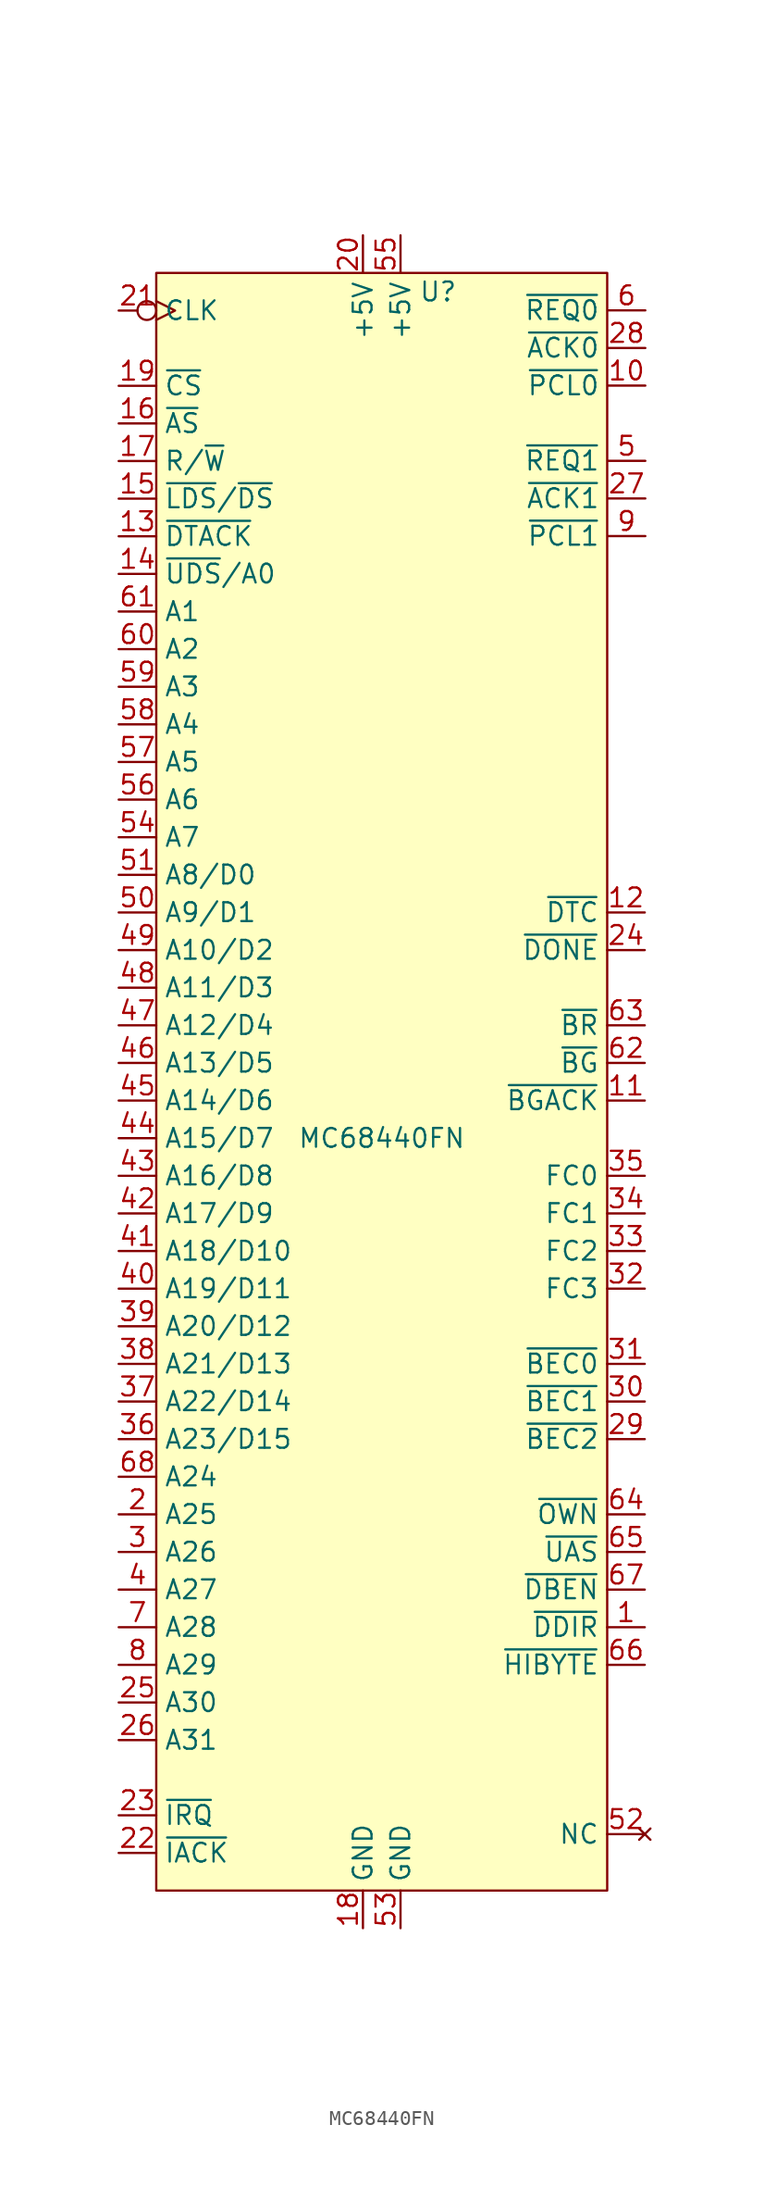
<source format=kicad_sym>
(kicad_symbol_lib
  (version 20220914)
  (generator kicad_symbol_editor)
  (symbol "MC68440FN"
    (property "Reference" "U"
      (at 3.81 57.15 0)
      (effects (font (size 1.27 1.27))))
    (property "Value" "MC68440FN"
      (at 0 0 0)
      (effects (font (size 1.27 1.27))))
    (symbol "MC68440FN_1_1"
      (rectangle (start -15.24 58.42) (end 15.24 -50.8) (stroke (width 0) (type default)) (fill (type background)))
      (pin output line (at 17.78 -33.02 180) (length 2.54) (name "~{DDIR}" (effects (font (size 1.27 1.27)))) (number "1" (effects (font (size 1.27 1.27)))))
      (pin bidirectional line (at 17.817 50.813 180) (length 2.54) (name "~{PCL0}" (effects (font (size 1.27 1.27)))) (number "10" (effects (font (size 1.27 1.27)))))
      (pin bidirectional line (at 17.78 2.54 180) (length 2.54) (name "~{BGACK}" (effects (font (size 1.27 1.27)))) (number "11" (effects (font (size 1.27 1.27)))))
      (pin output line (at 17.78 15.24 180) (length 2.54) (name "~{DTC}" (effects (font (size 1.27 1.27)))) (number "12" (effects (font (size 1.27 1.27)))))
      (pin bidirectional line (at -17.78 40.64 0) (length 2.54) (name "~{DTACK}" (effects (font (size 1.27 1.27)))) (number "13" (effects (font (size 1.27 1.27)))))
      (pin bidirectional line (at -17.78 38.1 0) (length 2.54) (name "~{UDS}/A0" (effects (font (size 1.27 1.27)))) (number "14" (effects (font (size 1.27 1.27)))))
      (pin bidirectional line (at -17.78 43.18 0) (length 2.54) (name "~{LDS}/~{DS}" (effects (font (size 1.27 1.27)))) (number "15" (effects (font (size 1.27 1.27)))))
      (pin bidirectional line (at -17.78 48.26 0) (length 2.54) (name "~{AS}" (effects (font (size 1.27 1.27)))) (number "16" (effects (font (size 1.27 1.27)))))
      (pin bidirectional line (at -17.78 45.72 0) (length 2.54) (name "R/~{W}" (effects (font (size 1.27 1.27)))) (number "17" (effects (font (size 1.27 1.27)))))
      (pin power_in line (at -1.27 -53.34 90) (length 2.54) (name "GND" (effects (font (size 1.27 1.27)))) (number "18" (effects (font (size 1.27 1.27)))))
      (pin input line (at -17.78 50.8 0) (length 2.54) (name "~{CS}" (effects (font (size 1.27 1.27)))) (number "19" (effects (font (size 1.27 1.27)))))
      (pin output line (at -17.78 -25.4 0) (length 2.54) (name "A25" (effects (font (size 1.27 1.27)))) (number "2" (effects (font (size 1.27 1.27)))))
      (pin power_in line (at -1.27 60.96 270) (length 2.54) (name "+5V" (effects (font (size 1.27 1.27)))) (number "20" (effects (font (size 1.27 1.27)))))
      (pin input inverted_clock (at -17.78 55.88 0) (length 2.54) (name "CLK" (effects (font (size 1.27 1.27)))) (number "21" (effects (font (size 1.27 1.27)))))
      (pin input line (at -17.78 -48.26 0) (length 2.54) (name "~{IACK}" (effects (font (size 1.27 1.27)))) (number "22" (effects (font (size 1.27 1.27)))))
      (pin output line (at -17.78 -45.72 0) (length 2.54) (name "~{IRQ}" (effects (font (size 1.27 1.27)))) (number "23" (effects (font (size 1.27 1.27)))))
      (pin bidirectional line (at 17.78 12.7 180) (length 2.54) (name "~{DONE}" (effects (font (size 1.27 1.27)))) (number "24" (effects (font (size 1.27 1.27)))))
      (pin output line (at -17.78 -38.1 0) (length 2.54) (name "A30" (effects (font (size 1.27 1.27)))) (number "25" (effects (font (size 1.27 1.27)))))
      (pin output line (at -17.78 -40.64 0) (length 2.54) (name "A31" (effects (font (size 1.27 1.27)))) (number "26" (effects (font (size 1.27 1.27)))))
      (pin output line (at 17.817 43.193 180) (length 2.54) (name "~{ACK1}" (effects (font (size 1.27 1.27)))) (number "27" (effects (font (size 1.27 1.27)))))
      (pin output line (at 17.817 53.353 180) (length 2.54) (name "~{ACK0}" (effects (font (size 1.27 1.27)))) (number "28" (effects (font (size 1.27 1.27)))))
      (pin input line (at 17.78 -20.32 180) (length 2.54) (name "~{BEC2}" (effects (font (size 1.27 1.27)))) (number "29" (effects (font (size 1.27 1.27)))))
      (pin output line (at -17.78 -27.94 0) (length 2.54) (name "A26" (effects (font (size 1.27 1.27)))) (number "3" (effects (font (size 1.27 1.27)))))
      (pin input line (at 17.78 -17.78 180) (length 2.54) (name "~{BEC1}" (effects (font (size 1.27 1.27)))) (number "30" (effects (font (size 1.27 1.27)))))
      (pin input line (at 17.78 -15.24 180) (length 2.54) (name "~{BEC0}" (effects (font (size 1.27 1.27)))) (number "31" (effects (font (size 1.27 1.27)))))
      (pin output line (at 17.78 -10.16 180) (length 2.54) (name "FC3" (effects (font (size 1.27 1.27)))) (number "32" (effects (font (size 1.27 1.27)))))
      (pin output line (at 17.78 -7.62 180) (length 2.54) (name "FC2" (effects (font (size 1.27 1.27)))) (number "33" (effects (font (size 1.27 1.27)))))
      (pin output line (at 17.78 -5.08 180) (length 2.54) (name "FC1" (effects (font (size 1.27 1.27)))) (number "34" (effects (font (size 1.27 1.27)))))
      (pin output line (at 17.78 -2.54 180) (length 2.54) (name "FC0" (effects (font (size 1.27 1.27)))) (number "35" (effects (font (size 1.27 1.27)))))
      (pin output line (at -17.78 -20.32 0) (length 2.54) (name "A23/D15" (effects (font (size 1.27 1.27)))) (number "36" (effects (font (size 1.27 1.27)))))
      (pin output line (at -17.78 -17.78 0) (length 2.54) (name "A22/D14" (effects (font (size 1.27 1.27)))) (number "37" (effects (font (size 1.27 1.27)))))
      (pin output line (at -17.78 -15.24 0) (length 2.54) (name "A21/D13" (effects (font (size 1.27 1.27)))) (number "38" (effects (font (size 1.27 1.27)))))
      (pin output line (at -17.78 -12.7 0) (length 2.54) (name "A20/D12" (effects (font (size 1.27 1.27)))) (number "39" (effects (font (size 1.27 1.27)))))
      (pin output line (at -17.78 -30.48 0) (length 2.54) (name "A27" (effects (font (size 1.27 1.27)))) (number "4" (effects (font (size 1.27 1.27)))))
      (pin output line (at -17.78 -10.16 0) (length 2.54) (name "A19/D11" (effects (font (size 1.27 1.27)))) (number "40" (effects (font (size 1.27 1.27)))))
      (pin output line (at -17.78 -7.62 0) (length 2.54) (name "A18/D10" (effects (font (size 1.27 1.27)))) (number "41" (effects (font (size 1.27 1.27)))))
      (pin output line (at -17.78 -5.08 0) (length 2.54) (name "A17/D9" (effects (font (size 1.27 1.27)))) (number "42" (effects (font (size 1.27 1.27)))))
      (pin output line (at -17.78 -2.54 0) (length 2.54) (name "A16/D8" (effects (font (size 1.27 1.27)))) (number "43" (effects (font (size 1.27 1.27)))))
      (pin output line (at -17.78 0 0) (length 2.54) (name "A15/D7" (effects (font (size 1.27 1.27)))) (number "44" (effects (font (size 1.27 1.27)))))
      (pin output line (at -17.78 2.54 0) (length 2.54) (name "A14/D6" (effects (font (size 1.27 1.27)))) (number "45" (effects (font (size 1.27 1.27)))))
      (pin output line (at -17.78 5.08 0) (length 2.54) (name "A13/D5" (effects (font (size 1.27 1.27)))) (number "46" (effects (font (size 1.27 1.27)))))
      (pin output line (at -17.78 7.62 0) (length 2.54) (name "A12/D4" (effects (font (size 1.27 1.27)))) (number "47" (effects (font (size 1.27 1.27)))))
      (pin output line (at -17.78 10.16 0) (length 2.54) (name "A11/D3" (effects (font (size 1.27 1.27)))) (number "48" (effects (font (size 1.27 1.27)))))
      (pin output line (at -17.78 12.7 0) (length 2.54) (name "A10/D2" (effects (font (size 1.27 1.27)))) (number "49" (effects (font (size 1.27 1.27)))))
      (pin input line (at 17.817 45.733 180) (length 2.54) (name "~{REQ1}" (effects (font (size 1.27 1.27)))) (number "5" (effects (font (size 1.27 1.27)))))
      (pin output line (at -17.78 15.24 0) (length 2.54) (name "A9/D1" (effects (font (size 1.27 1.27)))) (number "50" (effects (font (size 1.27 1.27)))))
      (pin output line (at -17.78 17.78 0) (length 2.54) (name "A8/D0" (effects (font (size 1.27 1.27)))) (number "51" (effects (font (size 1.27 1.27)))))
      (pin no_connect line (at 17.78 -46.99 180) (length 2.54) (name "NC" (effects (font (size 1.27 1.27)))) (number "52" (effects (font (size 1.27 1.27)))))
      (pin power_in line (at 1.27 -53.34 90) (length 2.54) (name "GND" (effects (font (size 1.27 1.27)))) (number "53" (effects (font (size 1.27 1.27)))))
      (pin bidirectional line (at -17.78 20.32 0) (length 2.54) (name "A7" (effects (font (size 1.27 1.27)))) (number "54" (effects (font (size 1.27 1.27)))))
      (pin power_in line (at 1.27 60.96 270) (length 2.54) (name "+5V" (effects (font (size 1.27 1.27)))) (number "55" (effects (font (size 1.27 1.27)))))
      (pin bidirectional line (at -17.78 22.86 0) (length 2.54) (name "A6" (effects (font (size 1.27 1.27)))) (number "56" (effects (font (size 1.27 1.27)))))
      (pin bidirectional line (at -17.78 25.4 0) (length 2.54) (name "A5" (effects (font (size 1.27 1.27)))) (number "57" (effects (font (size 1.27 1.27)))))
      (pin bidirectional line (at -17.78 27.94 0) (length 2.54) (name "A4" (effects (font (size 1.27 1.27)))) (number "58" (effects (font (size 1.27 1.27)))))
      (pin bidirectional line (at -17.78 30.48 0) (length 2.54) (name "A3" (effects (font (size 1.27 1.27)))) (number "59" (effects (font (size 1.27 1.27)))))
      (pin input line (at 17.817 55.893 180) (length 2.54) (name "~{REQ0}" (effects (font (size 1.27 1.27)))) (number "6" (effects (font (size 1.27 1.27)))))
      (pin bidirectional line (at -17.78 33.02 0) (length 2.54) (name "A2" (effects (font (size 1.27 1.27)))) (number "60" (effects (font (size 1.27 1.27)))))
      (pin bidirectional line (at -17.78 35.56 0) (length 2.54) (name "A1" (effects (font (size 1.27 1.27)))) (number "61" (effects (font (size 1.27 1.27)))))
      (pin input line (at 17.78 5.08 180) (length 2.54) (name "~{BG}" (effects (font (size 1.27 1.27)))) (number "62" (effects (font (size 1.27 1.27)))))
      (pin output line (at 17.78 7.62 180) (length 2.54) (name "~{BR}" (effects (font (size 1.27 1.27)))) (number "63" (effects (font (size 1.27 1.27)))))
      (pin output line (at 17.78 -25.4 180) (length 2.54) (name "~{OWN}" (effects (font (size 1.27 1.27)))) (number "64" (effects (font (size 1.27 1.27)))))
      (pin output line (at 17.78 -27.94 180) (length 2.54) (name "~{UAS}" (effects (font (size 1.27 1.27)))) (number "65" (effects (font (size 1.27 1.27)))))
      (pin output line (at 17.78 -35.56 180) (length 2.54) (name "~{HIBYTE}" (effects (font (size 1.27 1.27)))) (number "66" (effects (font (size 1.27 1.27)))))
      (pin output line (at 17.78 -30.48 180) (length 2.54) (name "~{DBEN}" (effects (font (size 1.27 1.27)))) (number "67" (effects (font (size 1.27 1.27)))))
      (pin output line (at -17.78 -22.86 0) (length 2.54) (name "A24" (effects (font (size 1.27 1.27)))) (number "68" (effects (font (size 1.27 1.27)))))
      (pin output line (at -17.78 -33.02 0) (length 2.54) (name "A28" (effects (font (size 1.27 1.27)))) (number "7" (effects (font (size 1.27 1.27)))))
      (pin output line (at -17.78 -35.56 0) (length 2.54) (name "A29" (effects (font (size 1.27 1.27)))) (number "8" (effects (font (size 1.27 1.27)))))
      (pin bidirectional line (at 17.817 40.653 180) (length 2.54) (name "~{PCL1}" (effects (font (size 1.27 1.27)))) (number "9" (effects (font (size 1.27 1.27))))))))
</source>
